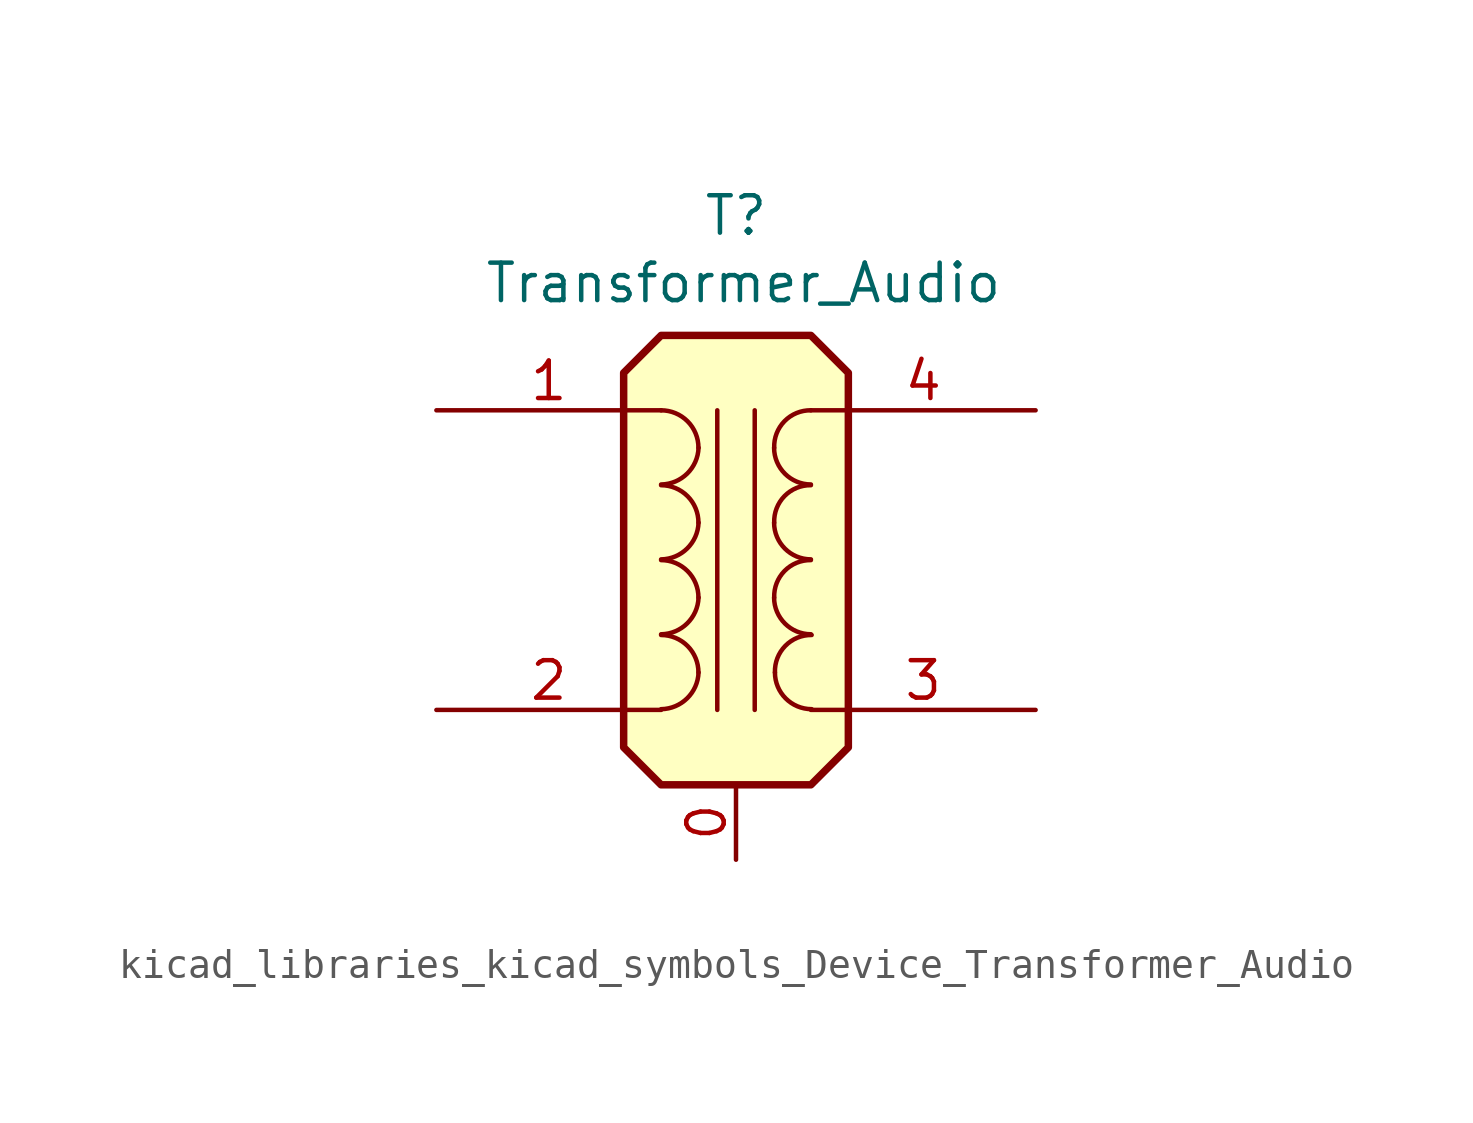
<source format=kicad_sym>
(kicad_symbol_lib
  (version 20220914)
  (generator kicad_symbol_editor)
  (symbol "kicad_libraries_kicad_symbols_Device_Transformer_Audio"
    (pin_names
      (offset 1.016) hide)
    (property "Reference" "T"
      (at 0 11.684 0)
      (effects (font (size 1.27 1.27))))
    (property "Value" "Transformer_Audio"
      (at 0.254 9.398 0)
      (effects (font (size 1.27 1.27))))
    (symbol "kicad_libraries_kicad_symbols_Device_Transformer_Audio_0_1"
      (arc (start -2.54 -5.0546) (mid -1.6599 -4.6901) (end -1.27 -3.81) (stroke (width 0) (type default)) (fill (type none)))
      (arc (start -2.54 -2.5146) (mid -1.6599 -2.1501) (end -1.27 -1.27) (stroke (width 0) (type default)) (fill (type none)))
      (arc (start -2.54 0.0254) (mid -1.6599 0.3899) (end -1.27 1.27) (stroke (width 0) (type default)) (fill (type none)))
      (arc (start -2.54 2.5654) (mid -1.6599 2.9299) (end -1.27 3.81) (stroke (width 0) (type default)) (fill (type none)))
      (arc (start -1.27 -3.81) (mid -1.642 -2.912) (end -2.54 -2.54) (stroke (width 0) (type default)) (fill (type none)))
      (arc (start -1.27 -1.27) (mid -1.642 -0.372) (end -2.54 0) (stroke (width 0) (type default)) (fill (type none)))
      (arc (start -1.27 1.27) (mid -1.642 2.168) (end -2.54 2.54) (stroke (width 0) (type default)) (fill (type none)))
      (arc (start -1.27 3.81) (mid -1.642 4.708) (end -2.54 5.08) (stroke (width 0) (type default)) (fill (type none)))
      (polyline (pts (xy -0.635 5.08) (xy -0.635 -5.08)) (stroke (width 0) (type default)) (fill (type none)))
      (polyline (pts (xy 0.635 -5.08) (xy 0.635 5.08)) (stroke (width 0) (type default)) (fill (type none)))
      (polyline (pts (xy -3.81 6.35) (xy -2.54 7.62) (xy 2.54 7.62) (xy 3.81 6.35) (xy 3.81 -6.35) (xy 2.54 -7.62) (xy -2.54 -7.62) (xy -3.81 -6.35) (xy -3.81 6.35)) (stroke (width 0.254) (type default)) (fill (type background)))
      (arc (start 1.2954 -1.27) (mid 1.6599 -2.1501) (end 2.54 -2.5146) (stroke (width 0) (type default)) (fill (type none)))
      (arc (start 1.2954 1.27) (mid 1.6599 0.3899) (end 2.54 0.0254) (stroke (width 0) (type default)) (fill (type none)))
      (arc (start 1.2954 3.81) (mid 1.6599 2.9299) (end 2.54 2.5654) (stroke (width 0) (type default)) (fill (type none)))
      (arc (start 1.3208 -3.81) (mid 1.6853 -4.6901) (end 2.5654 -5.0546) (stroke (width 0) (type default)) (fill (type none)))
      (arc (start 2.54 0) (mid 1.642 -0.372) (end 1.2954 -1.27) (stroke (width 0) (type default)) (fill (type none)))
      (arc (start 2.54 2.54) (mid 1.642 2.168) (end 1.2954 1.27) (stroke (width 0) (type default)) (fill (type none)))
      (arc (start 2.54 5.08) (mid 1.642 4.708) (end 1.2954 3.81) (stroke (width 0) (type default)) (fill (type none)))
      (arc (start 2.5654 -2.54) (mid 1.6674 -2.912) (end 1.3208 -3.81) (stroke (width 0) (type default)) (fill (type none))))
    (symbol "kicad_libraries_kicad_symbols_Device_Transformer_Audio_1_1"
      (pin input line (at 0 -10.16 90) (length 2.54) (name "~" (effects (font (size 1.27 1.27)))) (number "0" (effects (font (size 1.27 1.27)))))
      (pin passive line (at -10.16 5.08 0) (length 7.62) (name "AA" (effects (font (size 1.27 1.27)))) (number "1" (effects (font (size 1.27 1.27)))))
      (pin passive line (at -10.16 -5.08 0) (length 7.62) (name "AB" (effects (font (size 1.27 1.27)))) (number "2" (effects (font (size 1.27 1.27)))))
      (pin passive line (at 10.16 -5.08 180) (length 7.62) (name "SA" (effects (font (size 1.27 1.27)))) (number "3" (effects (font (size 1.27 1.27)))))
      (pin passive line (at 10.16 5.08 180) (length 7.62) (name "SB" (effects (font (size 1.27 1.27)))) (number "4" (effects (font (size 1.27 1.27))))))))
</source>
